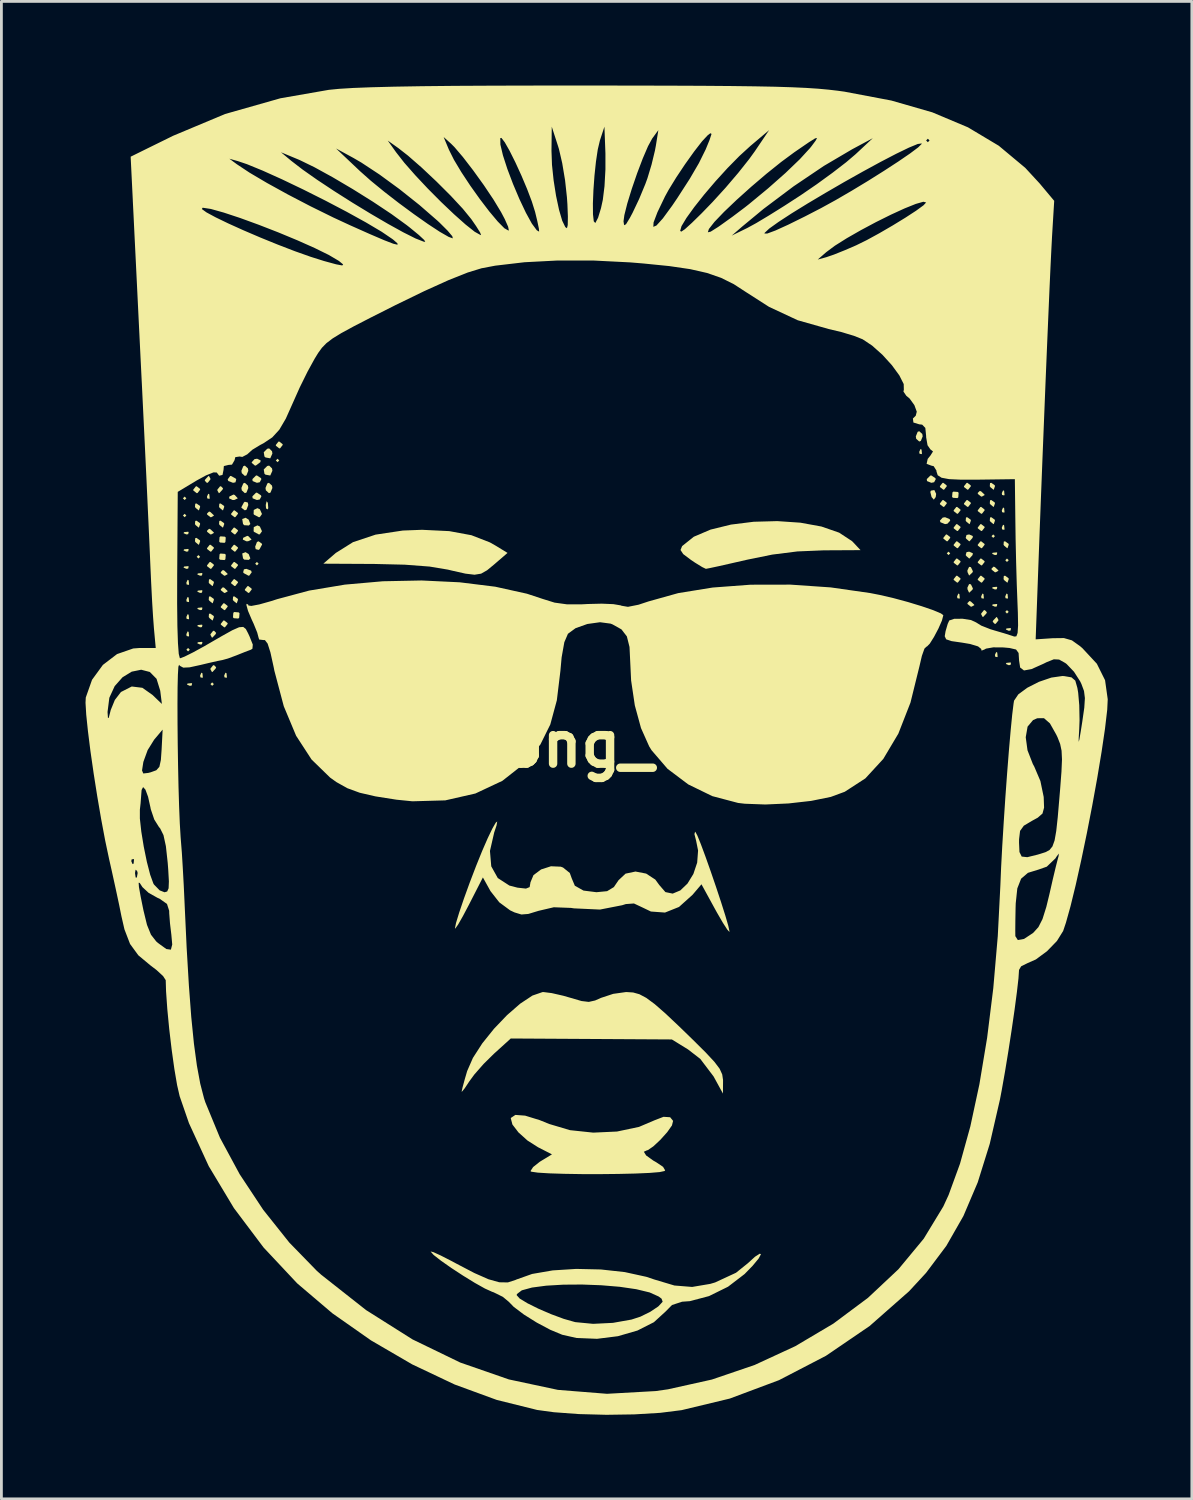
<source format=kicad_pcb>
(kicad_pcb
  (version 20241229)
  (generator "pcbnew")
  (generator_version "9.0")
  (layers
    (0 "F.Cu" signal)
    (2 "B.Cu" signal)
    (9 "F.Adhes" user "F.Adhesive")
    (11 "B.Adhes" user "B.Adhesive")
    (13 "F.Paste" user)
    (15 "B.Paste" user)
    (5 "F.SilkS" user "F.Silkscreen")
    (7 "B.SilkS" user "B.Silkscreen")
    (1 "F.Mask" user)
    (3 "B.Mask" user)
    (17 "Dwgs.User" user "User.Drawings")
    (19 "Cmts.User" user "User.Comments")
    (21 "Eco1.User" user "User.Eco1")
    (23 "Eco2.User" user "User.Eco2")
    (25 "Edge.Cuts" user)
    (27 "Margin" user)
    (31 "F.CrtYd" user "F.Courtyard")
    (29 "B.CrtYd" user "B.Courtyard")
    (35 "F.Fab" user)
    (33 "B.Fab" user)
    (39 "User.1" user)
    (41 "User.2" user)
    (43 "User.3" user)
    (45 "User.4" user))
  (footprint "KimKong_40x50"
    (layer "F.Cu")
    (at 18.198 23.494)
    (property "Reference" "KimKong_40x50" (at 0 0 0) (layer "F.SilkS") (effects (font (size 1.524 1.524) (thickness 0.3))))
    (attr through_hole)
    (fp_poly (pts (xy -14.602 -8.773) (xy -14.663 -8.712) (xy -14.725 -8.773) (xy -14.663 -8.835)) (stroke (width 0) (type solid)) (fill yes) (layer "F.SilkS"))
    (fp_poly (pts (xy -14.602 -8.16) (xy -14.663 -8.099) (xy -14.725 -8.16) (xy -14.663 -8.221)) (stroke (width 0) (type solid)) (fill yes) (layer "F.SilkS"))
    (fp_poly (pts (xy -14.479 -3.374) (xy -14.541 -3.313) (xy -14.602 -3.374) (xy -14.541 -3.436)) (stroke (width 0) (type solid)) (fill yes) (layer "F.SilkS"))
    (fp_poly (pts (xy -14.111 -6.687) (xy -14.172 -6.626) (xy -14.234 -6.687) (xy -14.172 -6.749)) (stroke (width 0) (type solid)) (fill yes) (layer "F.SilkS"))
    (fp_poly (pts (xy -13.62 -2.147) (xy -13.682 -2.086) (xy -13.743 -2.147) (xy -13.682 -2.209)) (stroke (width 0) (type solid)) (fill yes) (layer "F.SilkS"))
    (fp_poly (pts (xy -12.025 -6.442) (xy -12.086 -6.381) (xy -12.148 -6.442) (xy -12.086 -6.503)) (stroke (width 0) (type solid)) (fill yes) (layer "F.SilkS"))
    (fp_poly (pts (xy -11.289 -10.123) (xy -11.35 -10.062) (xy -11.412 -10.123) (xy -11.35 -10.185)) (stroke (width 0) (type solid)) (fill yes) (layer "F.SilkS"))
    (fp_poly (pts (xy 12.639 -6.81) (xy 12.577 -6.749) (xy 12.516 -6.81) (xy 12.577 -6.871)) (stroke (width 0) (type solid)) (fill yes) (layer "F.SilkS"))
    (fp_poly (pts (xy 14.234 -7.424) (xy 14.172 -7.362) (xy 14.111 -7.424) (xy 14.172 -7.485)) (stroke (width 0) (type solid)) (fill yes) (layer "F.SilkS"))
    (fp_poly (pts (xy 14.725 -6.565) (xy 14.663 -6.503) (xy 14.602 -6.565) (xy 14.663 -6.626)) (stroke (width 0) (type solid)) (fill yes) (layer "F.SilkS"))
    (fp_poly (pts (xy 14.725 -4.724) (xy 14.663 -4.663) (xy 14.602 -4.724) (xy 14.663 -4.786)) (stroke (width 0) (type solid)) (fill yes) (layer "F.SilkS"))
    (fp_poly (pts (xy -14.52 -7.567) (xy -14.537 -7.494) (xy -14.602 -7.485) (xy -14.703 -7.53) (xy -14.684 -7.567) (xy -14.538 -7.582)) (stroke (width 0) (type solid)) (fill yes) (layer "F.SilkS"))
    (fp_poly (pts (xy -14.52 -6.953) (xy -14.537 -6.88) (xy -14.602 -6.871) (xy -14.703 -6.916) (xy -14.684 -6.953) (xy -14.538 -6.968)) (stroke (width 0) (type solid)) (fill yes) (layer "F.SilkS"))
    (fp_poly (pts (xy -14.52 -6.34) (xy -14.537 -6.267) (xy -14.602 -6.258) (xy -14.703 -6.303) (xy -14.684 -6.34) (xy -14.538 -6.354)) (stroke (width 0) (type solid)) (fill yes) (layer "F.SilkS"))
    (fp_poly (pts (xy -14.52 -5.849) (xy -14.505 -5.703) (xy -14.52 -5.685) (xy -14.593 -5.702) (xy -14.602 -5.767) (xy -14.557 -5.868)) (stroke (width 0) (type solid)) (fill yes) (layer "F.SilkS"))
    (fp_poly (pts (xy -14.52 -5.235) (xy -14.505 -5.09) (xy -14.52 -5.072) (xy -14.593 -5.089) (xy -14.602 -5.154) (xy -14.557 -5.255)) (stroke (width 0) (type solid)) (fill yes) (layer "F.SilkS"))
    (fp_poly (pts (xy -14.52 -4.622) (xy -14.505 -4.476) (xy -14.52 -4.458) (xy -14.593 -4.475) (xy -14.602 -4.54) (xy -14.557 -4.641)) (stroke (width 0) (type solid)) (fill yes) (layer "F.SilkS"))
    (fp_poly (pts (xy -14.52 -4.008) (xy -14.505 -3.863) (xy -14.52 -3.845) (xy -14.593 -3.862) (xy -14.602 -3.927) (xy -14.557 -4.028)) (stroke (width 0) (type solid)) (fill yes) (layer "F.SilkS"))
    (fp_poly (pts (xy -14.397 -2.168) (xy -14.414 -2.095) (xy -14.479 -2.086) (xy -14.58 -2.131) (xy -14.561 -2.168) (xy -14.415 -2.182)) (stroke (width 0) (type solid)) (fill yes) (layer "F.SilkS"))
    (fp_poly (pts (xy -14.029 -6.094) (xy -14.046 -6.021) (xy -14.111 -6.013) (xy -14.212 -6.057) (xy -14.193 -6.094) (xy -14.047 -6.109)) (stroke (width 0) (type solid)) (fill yes) (layer "F.SilkS"))
    (fp_poly (pts (xy -14.029 -5.481) (xy -14.046 -5.408) (xy -14.111 -5.399) (xy -14.212 -5.444) (xy -14.193 -5.481) (xy -14.047 -5.496)) (stroke (width 0) (type solid)) (fill yes) (layer "F.SilkS"))
    (fp_poly (pts (xy -14.029 -4.867) (xy -14.046 -4.794) (xy -14.111 -4.786) (xy -14.212 -4.83) (xy -14.193 -4.867) (xy -14.047 -4.882)) (stroke (width 0) (type solid)) (fill yes) (layer "F.SilkS"))
    (fp_poly (pts (xy -14.029 -4.254) (xy -14.046 -4.181) (xy -14.111 -4.172) (xy -14.212 -4.217) (xy -14.193 -4.254) (xy -14.047 -4.268)) (stroke (width 0) (type solid)) (fill yes) (layer "F.SilkS"))
    (fp_poly (pts (xy -14.029 -3.64) (xy -14.046 -3.567) (xy -14.111 -3.558) (xy -14.212 -3.603) (xy -14.193 -3.64) (xy -14.047 -3.655)) (stroke (width 0) (type solid)) (fill yes) (layer "F.SilkS"))
    (fp_poly (pts (xy -14.029 -2.536) (xy -14.015 -2.39) (xy -14.029 -2.372) (xy -14.102 -2.389) (xy -14.111 -2.454) (xy -14.066 -2.555)) (stroke (width 0) (type solid)) (fill yes) (layer "F.SilkS"))
    (fp_poly (pts (xy -13.784 -8.917) (xy -13.769 -8.771) (xy -13.784 -8.753) (xy -13.857 -8.77) (xy -13.866 -8.835) (xy -13.821 -8.936)) (stroke (width 0) (type solid)) (fill yes) (layer "F.SilkS"))
    (fp_poly (pts (xy -13.17 -2.536) (xy -13.156 -2.39) (xy -13.17 -2.372) (xy -13.243 -2.389) (xy -13.252 -2.454) (xy -13.207 -2.555)) (stroke (width 0) (type solid)) (fill yes) (layer "F.SilkS"))
    (fp_poly (pts (xy -11.696 -8.612) (xy -11.681 -8.421) (xy -11.706 -8.377) (xy -11.761 -8.414) (xy -11.77 -8.538) (xy -11.74 -8.669)) (stroke (width 0) (type solid)) (fill yes) (layer "F.SilkS"))
    (fp_poly (pts (xy 11.616 -10.512) (xy 11.631 -10.366) (xy 11.616 -10.348) (xy 11.543 -10.365) (xy 11.534 -10.43) (xy 11.579 -10.531)) (stroke (width 0) (type solid)) (fill yes) (layer "F.SilkS"))
    (fp_poly (pts (xy 12.966 -5.358) (xy 12.981 -5.213) (xy 12.966 -5.195) (xy 12.893 -5.211) (xy 12.884 -5.276) (xy 12.929 -5.377)) (stroke (width 0) (type solid)) (fill yes) (layer "F.SilkS"))
    (fp_poly (pts (xy 13.825 -5.358) (xy 13.839 -5.213) (xy 13.825 -5.195) (xy 13.752 -5.211) (xy 13.743 -5.276) (xy 13.788 -5.377)) (stroke (width 0) (type solid)) (fill yes) (layer "F.SilkS"))
    (fp_poly (pts (xy 14.316 -6.831) (xy 14.299 -6.758) (xy 14.234 -6.749) (xy 14.133 -6.794) (xy 14.152 -6.831) (xy 14.298 -6.845)) (stroke (width 0) (type solid)) (fill yes) (layer "F.SilkS"))
    (fp_poly (pts (xy 14.316 -5.604) (xy 14.299 -5.531) (xy 14.234 -5.522) (xy 14.133 -5.567) (xy 14.152 -5.604) (xy 14.298 -5.618)) (stroke (width 0) (type solid)) (fill yes) (layer "F.SilkS"))
    (fp_poly (pts (xy 14.316 -4.99) (xy 14.299 -4.917) (xy 14.234 -4.908) (xy 14.133 -4.953) (xy 14.152 -4.99) (xy 14.298 -5.005)) (stroke (width 0) (type solid)) (fill yes) (layer "F.SilkS"))
    (fp_poly (pts (xy 14.316 -3.272) (xy 14.33 -3.127) (xy 14.316 -3.109) (xy 14.243 -3.125) (xy 14.234 -3.19) (xy 14.279 -3.291)) (stroke (width 0) (type solid)) (fill yes) (layer "F.SilkS"))
    (fp_poly (pts (xy 14.561 -9.039) (xy 14.576 -8.894) (xy 14.561 -8.876) (xy 14.488 -8.893) (xy 14.479 -8.957) (xy 14.524 -9.058)) (stroke (width 0) (type solid)) (fill yes) (layer "F.SilkS"))
    (fp_poly (pts (xy 14.561 -8.426) (xy 14.576 -8.28) (xy 14.561 -8.262) (xy 14.488 -8.279) (xy 14.479 -8.344) (xy 14.524 -8.445)) (stroke (width 0) (type solid)) (fill yes) (layer "F.SilkS"))
    (fp_poly (pts (xy 14.561 -7.812) (xy 14.576 -7.667) (xy 14.561 -7.649) (xy 14.488 -7.665) (xy 14.479 -7.73) (xy 14.524 -7.831)) (stroke (width 0) (type solid)) (fill yes) (layer "F.SilkS"))
    (fp_poly (pts (xy 14.684 -5.358) (xy 14.698 -5.213) (xy 14.684 -5.195) (xy 14.611 -5.211) (xy 14.602 -5.276) (xy 14.647 -5.377)) (stroke (width 0) (type solid)) (fill yes) (layer "F.SilkS"))
    (fp_poly (pts (xy 14.806 -4.131) (xy 14.79 -4.058) (xy 14.725 -4.049) (xy 14.624 -4.094) (xy 14.643 -4.131) (xy 14.788 -4.146)) (stroke (width 0) (type solid)) (fill yes) (layer "F.SilkS"))
    (fp_poly (pts (xy 14.806 -2.904) (xy 14.79 -2.831) (xy 14.725 -2.822) (xy 14.624 -2.867) (xy 14.643 -2.904) (xy 14.788 -2.919)) (stroke (width 0) (type solid)) (fill yes) (layer "F.SilkS"))
    (fp_poly (pts (xy -12.876 -8.891) (xy -12.767 -8.772) (xy -12.891 -8.714) (xy -12.953 -8.712) (xy -13.079 -8.772) (xy -13.067 -8.837) (xy -12.92 -8.908)) (stroke (width 0) (type solid)) (fill yes) (layer "F.SilkS"))
    (fp_poly (pts (xy -12.385 -7.418) (xy -12.276 -7.3) (xy -12.4 -7.242) (xy -12.462 -7.24) (xy -12.588 -7.3) (xy -12.576 -7.364) (xy -12.429 -7.435)) (stroke (width 0) (type solid)) (fill yes) (layer "F.SilkS"))
    (fp_poly (pts (xy -12.38 -8.012) (xy -12.32 -7.858) (xy -12.374 -7.804) (xy -12.54 -7.814) (xy -12.581 -7.859) (xy -12.61 -8.034) (xy -12.491 -8.08)) (stroke (width 0) (type solid)) (fill yes) (layer "F.SilkS"))
    (fp_poly (pts (xy -12.38 -6.785) (xy -12.32 -6.631) (xy -12.374 -6.577) (xy -12.54 -6.587) (xy -12.581 -6.632) (xy -12.61 -6.806) (xy -12.491 -6.853)) (stroke (width 0) (type solid)) (fill yes) (layer "F.SilkS"))
    (fp_poly (pts (xy 12.137 -8.932) (xy 12.122 -8.818) (xy 12.054 -8.725) (xy 11.974 -8.818) (xy 11.929 -8.999) (xy 11.951 -9.047) (xy 12.073 -9.068)) (stroke (width 0) (type solid)) (fill yes) (layer "F.SilkS"))
    (fp_poly (pts (xy 13.377 -6.318) (xy 13.448 -6.171) (xy 13.431 -6.127) (xy 13.313 -6.018) (xy 13.255 -6.142) (xy 13.252 -6.204) (xy 13.313 -6.33)) (stroke (width 0) (type solid)) (fill yes) (layer "F.SilkS"))
    (fp_poly (pts (xy 13.377 -5.705) (xy 13.448 -5.558) (xy 13.431 -5.513) (xy 13.313 -5.404) (xy 13.255 -5.528) (xy 13.252 -5.59) (xy 13.313 -5.717)) (stroke (width 0) (type solid)) (fill yes) (layer "F.SilkS"))
    (fp_poly (pts (xy -14.116 -8.5) (xy -14.111 -8.467) (xy -14.153 -8.347) (xy -14.165 -8.344) (xy -14.27 -8.43) (xy -14.295 -8.467) (xy -14.285 -8.58) (xy -14.241 -8.589)) (stroke (width 0) (type solid)) (fill yes) (layer "F.SilkS"))
    (fp_poly (pts (xy -14.116 -7.887) (xy -14.111 -7.853) (xy -14.153 -7.734) (xy -14.165 -7.73) (xy -14.27 -7.816) (xy -14.295 -7.853) (xy -14.285 -7.966) (xy -14.241 -7.976)) (stroke (width 0) (type solid)) (fill yes) (layer "F.SilkS"))
    (fp_poly (pts (xy -14.116 -7.273) (xy -14.111 -7.24) (xy -14.153 -7.12) (xy -14.165 -7.117) (xy -14.27 -7.203) (xy -14.295 -7.24) (xy -14.285 -7.353) (xy -14.241 -7.362)) (stroke (width 0) (type solid)) (fill yes) (layer "F.SilkS"))
    (fp_poly (pts (xy -14.115 -9.11) (xy -14.111 -9.08) (xy -14.204 -8.961) (xy -14.234 -8.957) (xy -14.353 -9.051) (xy -14.357 -9.08) (xy -14.263 -9.199) (xy -14.234 -9.203)) (stroke (width 0) (type solid)) (fill yes) (layer "F.SilkS"))
    (fp_poly (pts (xy -13.744 -9.476) (xy -13.743 -9.448) (xy -13.837 -9.33) (xy -13.873 -9.326) (xy -13.946 -9.401) (xy -13.927 -9.448) (xy -13.817 -9.565) (xy -13.797 -9.571)) (stroke (width 0) (type solid)) (fill yes) (layer "F.SilkS"))
    (fp_poly (pts (xy -13.743 -8.283) (xy -13.626 -8.172) (xy -13.62 -8.153) (xy -13.715 -8.1) (xy -13.743 -8.099) (xy -13.861 -8.193) (xy -13.866 -8.228) (xy -13.791 -8.302)) (stroke (width 0) (type solid)) (fill yes) (layer "F.SilkS"))
    (fp_poly (pts (xy -13.743 -7.669) (xy -13.626 -7.559) (xy -13.62 -7.539) (xy -13.715 -7.486) (xy -13.743 -7.485) (xy -13.861 -7.579) (xy -13.866 -7.615) (xy -13.791 -7.688)) (stroke (width 0) (type solid)) (fill yes) (layer "F.SilkS"))
    (fp_poly (pts (xy -13.625 -5.801) (xy -13.62 -5.767) (xy -13.662 -5.648) (xy -13.674 -5.644) (xy -13.779 -5.73) (xy -13.804 -5.767) (xy -13.795 -5.88) (xy -13.75 -5.89)) (stroke (width 0) (type solid)) (fill yes) (layer "F.SilkS"))
    (fp_poly (pts (xy -13.625 -5.187) (xy -13.62 -5.154) (xy -13.662 -5.034) (xy -13.674 -5.031) (xy -13.779 -5.117) (xy -13.804 -5.154) (xy -13.795 -5.267) (xy -13.75 -5.276)) (stroke (width 0) (type solid)) (fill yes) (layer "F.SilkS"))
    (fp_poly (pts (xy -13.625 -4.574) (xy -13.62 -4.54) (xy -13.662 -4.421) (xy -13.674 -4.417) (xy -13.779 -4.503) (xy -13.804 -4.54) (xy -13.795 -4.653) (xy -13.75 -4.663)) (stroke (width 0) (type solid)) (fill yes) (layer "F.SilkS"))
    (fp_poly (pts (xy -13.624 -7.024) (xy -13.62 -6.994) (xy -13.714 -6.875) (xy -13.743 -6.871) (xy -13.862 -6.965) (xy -13.866 -6.994) (xy -13.772 -7.113) (xy -13.743 -7.117)) (stroke (width 0) (type solid)) (fill yes) (layer "F.SilkS"))
    (fp_poly (pts (xy -13.624 -6.41) (xy -13.62 -6.381) (xy -13.714 -6.262) (xy -13.743 -6.258) (xy -13.862 -6.351) (xy -13.866 -6.381) (xy -13.772 -6.5) (xy -13.743 -6.503)) (stroke (width 0) (type solid)) (fill yes) (layer "F.SilkS"))
    (fp_poly (pts (xy -13.54 -3.974) (xy -13.559 -3.927) (xy -13.669 -3.81) (xy -13.689 -3.804) (xy -13.742 -3.899) (xy -13.743 -3.927) (xy -13.649 -4.045) (xy -13.613 -4.049)) (stroke (width 0) (type solid)) (fill yes) (layer "F.SilkS"))
    (fp_poly (pts (xy -13.54 -2.747) (xy -13.559 -2.7) (xy -13.669 -2.582) (xy -13.689 -2.577) (xy -13.742 -2.672) (xy -13.743 -2.7) (xy -13.649 -2.818) (xy -13.613 -2.822)) (stroke (width 0) (type solid)) (fill yes) (layer "F.SilkS"))
    (fp_poly (pts (xy -13.294 -9.128) (xy -13.314 -9.08) (xy -13.424 -8.963) (xy -13.443 -8.957) (xy -13.496 -9.052) (xy -13.498 -9.08) (xy -13.403 -9.198) (xy -13.368 -9.203)) (stroke (width 0) (type solid)) (fill yes) (layer "F.SilkS"))
    (fp_poly (pts (xy -13.257 -8.5) (xy -13.252 -8.467) (xy -13.294 -8.347) (xy -13.306 -8.344) (xy -13.411 -8.43) (xy -13.436 -8.467) (xy -13.427 -8.58) (xy -13.382 -8.589)) (stroke (width 0) (type solid)) (fill yes) (layer "F.SilkS"))
    (fp_poly (pts (xy -13.257 -7.887) (xy -13.252 -7.853) (xy -13.294 -7.734) (xy -13.306 -7.73) (xy -13.411 -7.816) (xy -13.436 -7.853) (xy -13.427 -7.966) (xy -13.382 -7.976)) (stroke (width 0) (type solid)) (fill yes) (layer "F.SilkS"))
    (fp_poly (pts (xy -13.252 -6.197) (xy -13.135 -6.086) (xy -13.129 -6.067) (xy -13.224 -6.014) (xy -13.252 -6.013) (xy -13.37 -6.107) (xy -13.375 -6.143) (xy -13.3 -6.216)) (stroke (width 0) (type solid)) (fill yes) (layer "F.SilkS"))
    (fp_poly (pts (xy -13.252 -5.583) (xy -13.135 -5.473) (xy -13.129 -5.453) (xy -13.224 -5.4) (xy -13.252 -5.399) (xy -13.37 -5.493) (xy -13.375 -5.529) (xy -13.3 -5.602)) (stroke (width 0) (type solid)) (fill yes) (layer "F.SilkS"))
    (fp_poly (pts (xy -13.225 -7.405) (xy -13.197 -7.373) (xy -13.21 -7.212) (xy -13.242 -7.185) (xy -13.402 -7.197) (xy -13.43 -7.229) (xy -13.418 -7.39) (xy -13.385 -7.417)) (stroke (width 0) (type solid)) (fill yes) (layer "F.SilkS"))
    (fp_poly (pts (xy -13.225 -6.791) (xy -13.197 -6.759) (xy -13.21 -6.599) (xy -13.242 -6.571) (xy -13.402 -6.583) (xy -13.43 -6.616) (xy -13.418 -6.776) (xy -13.385 -6.804)) (stroke (width 0) (type solid)) (fill yes) (layer "F.SilkS"))
    (fp_poly (pts (xy -13.133 -4.938) (xy -13.129 -4.908) (xy -13.223 -4.789) (xy -13.252 -4.786) (xy -13.371 -4.879) (xy -13.375 -4.908) (xy -13.282 -5.027) (xy -13.252 -5.031)) (stroke (width 0) (type solid)) (fill yes) (layer "F.SilkS"))
    (fp_poly (pts (xy -13.133 -4.324) (xy -13.129 -4.295) (xy -13.223 -4.176) (xy -13.252 -4.172) (xy -13.371 -4.265) (xy -13.375 -4.295) (xy -13.282 -4.414) (xy -13.252 -4.417)) (stroke (width 0) (type solid)) (fill yes) (layer "F.SilkS"))
    (fp_poly (pts (xy -12.848 -9.482) (xy -12.823 -9.448) (xy -12.851 -9.343) (xy -12.938 -9.326) (xy -13.106 -9.39) (xy -13.129 -9.448) (xy -13.041 -9.568) (xy -13.014 -9.571)) (stroke (width 0) (type solid)) (fill yes) (layer "F.SilkS"))
    (fp_poly (pts (xy -12.766 -5.187) (xy -12.761 -5.154) (xy -12.803 -5.034) (xy -12.815 -5.031) (xy -12.92 -5.117) (xy -12.945 -5.154) (xy -12.936 -5.267) (xy -12.891 -5.276)) (stroke (width 0) (type solid)) (fill yes) (layer "F.SilkS"))
    (fp_poly (pts (xy -12.765 -8.251) (xy -12.761 -8.221) (xy -12.855 -8.102) (xy -12.884 -8.099) (xy -13.003 -8.192) (xy -13.007 -8.221) (xy -12.913 -8.34) (xy -12.884 -8.344)) (stroke (width 0) (type solid)) (fill yes) (layer "F.SilkS"))
    (fp_poly (pts (xy -12.765 -7.637) (xy -12.761 -7.608) (xy -12.855 -7.489) (xy -12.884 -7.485) (xy -13.003 -7.578) (xy -13.007 -7.608) (xy -12.913 -7.727) (xy -12.884 -7.73)) (stroke (width 0) (type solid)) (fill yes) (layer "F.SilkS"))
    (fp_poly (pts (xy -12.765 -7.024) (xy -12.761 -6.994) (xy -12.855 -6.875) (xy -12.884 -6.871) (xy -13.003 -6.965) (xy -13.007 -6.994) (xy -12.913 -7.113) (xy -12.884 -7.117)) (stroke (width 0) (type solid)) (fill yes) (layer "F.SilkS"))
    (fp_poly (pts (xy -12.765 -6.41) (xy -12.761 -6.381) (xy -12.855 -6.262) (xy -12.884 -6.258) (xy -13.003 -6.351) (xy -13.007 -6.381) (xy -12.913 -6.5) (xy -12.884 -6.503)) (stroke (width 0) (type solid)) (fill yes) (layer "F.SilkS"))
    (fp_poly (pts (xy -12.765 -5.796) (xy -12.761 -5.767) (xy -12.855 -5.648) (xy -12.884 -5.644) (xy -13.003 -5.738) (xy -13.007 -5.767) (xy -12.913 -5.886) (xy -12.884 -5.89)) (stroke (width 0) (type solid)) (fill yes) (layer "F.SilkS"))
    (fp_poly (pts (xy -12.734 -4.705) (xy -12.706 -4.673) (xy -12.719 -4.513) (xy -12.751 -4.485) (xy -12.911 -4.497) (xy -12.939 -4.53) (xy -12.927 -4.69) (xy -12.895 -4.718)) (stroke (width 0) (type solid)) (fill yes) (layer "F.SilkS"))
    (fp_poly (pts (xy -12.411 -8.623) (xy -12.393 -8.535) (xy -12.457 -8.367) (xy -12.516 -8.344) (xy -12.635 -8.432) (xy -12.639 -8.459) (xy -12.549 -8.626) (xy -12.516 -8.651)) (stroke (width 0) (type solid)) (fill yes) (layer "F.SilkS"))
    (fp_poly (pts (xy -12.407 -9.84) (xy -12.393 -9.755) (xy -12.459 -9.592) (xy -12.516 -9.571) (xy -12.625 -9.67) (xy -12.639 -9.755) (xy -12.572 -9.918) (xy -12.516 -9.939)) (stroke (width 0) (type solid)) (fill yes) (layer "F.SilkS"))
    (fp_poly (pts (xy -12.407 -9.226) (xy -12.393 -9.142) (xy -12.459 -8.978) (xy -12.516 -8.957) (xy -12.625 -9.057) (xy -12.639 -9.142) (xy -12.572 -9.305) (xy -12.516 -9.326)) (stroke (width 0) (type solid)) (fill yes) (layer "F.SilkS"))
    (fp_poly (pts (xy -12.294 -6.194) (xy -12.271 -6.135) (xy -12.359 -6.016) (xy -12.386 -6.013) (xy -12.552 -6.102) (xy -12.577 -6.135) (xy -12.549 -6.24) (xy -12.462 -6.258)) (stroke (width 0) (type solid)) (fill yes) (layer "F.SilkS"))
    (fp_poly (pts (xy -12.274 -5.551) (xy -12.271 -5.522) (xy -12.364 -5.403) (xy -12.393 -5.399) (xy -12.512 -5.492) (xy -12.516 -5.522) (xy -12.423 -5.641) (xy -12.393 -5.644)) (stroke (width 0) (type solid)) (fill yes) (layer "F.SilkS"))
    (fp_poly (pts (xy -11.981 -8.382) (xy -11.905 -8.213) (xy -11.983 -8.103) (xy -12.018 -8.099) (xy -12.185 -8.187) (xy -12.204 -8.213) (xy -12.198 -8.358) (xy -12.068 -8.422)) (stroke (width 0) (type solid)) (fill yes) (layer "F.SilkS"))
    (fp_poly (pts (xy -11.981 -7.768) (xy -11.905 -7.599) (xy -11.983 -7.489) (xy -12.018 -7.485) (xy -12.185 -7.574) (xy -12.204 -7.599) (xy -12.198 -7.745) (xy -12.068 -7.808)) (stroke (width 0) (type solid)) (fill yes) (layer "F.SilkS"))
    (fp_poly (pts (xy -11.952 -10.125) (xy -11.964 -10.062) (xy -12.121 -9.944) (xy -12.155 -9.939) (xy -12.267 -10.033) (xy -12.271 -10.062) (xy -12.171 -10.17) (xy -12.079 -10.185)) (stroke (width 0) (type solid)) (fill yes) (layer "F.SilkS"))
    (fp_poly (pts (xy -11.943 -9.494) (xy -11.926 -9.458) (xy -11.985 -9.346) (xy -12.086 -9.326) (xy -12.239 -9.388) (xy -12.247 -9.458) (xy -12.12 -9.584) (xy -12.086 -9.589)) (stroke (width 0) (type solid)) (fill yes) (layer "F.SilkS"))
    (fp_poly (pts (xy -11.943 -8.88) (xy -11.926 -8.844) (xy -11.985 -8.732) (xy -12.086 -8.712) (xy -12.239 -8.774) (xy -12.247 -8.844) (xy -12.12 -8.971) (xy -12.086 -8.976)) (stroke (width 0) (type solid)) (fill yes) (layer "F.SilkS"))
    (fp_poly (pts (xy -11.906 -7.152) (xy -11.902 -7.124) (xy -11.992 -6.958) (xy -12.025 -6.933) (xy -12.13 -6.961) (xy -12.148 -7.048) (xy -12.084 -7.216) (xy -12.025 -7.24)) (stroke (width 0) (type solid)) (fill yes) (layer "F.SilkS"))
    (fp_poly (pts (xy -11.548 -9.226) (xy -11.534 -9.142) (xy -11.601 -8.978) (xy -11.657 -8.957) (xy -11.766 -9.057) (xy -11.78 -9.142) (xy -11.713 -9.305) (xy -11.657 -9.326)) (stroke (width 0) (type solid)) (fill yes) (layer "F.SilkS"))
    (fp_poly (pts (xy -11.547 -10.453) (xy -11.534 -10.369) (xy -11.61 -10.199) (xy -11.779 -10.23) (xy -11.817 -10.263) (xy -11.842 -10.416) (xy -11.718 -10.54) (xy -11.65 -10.553)) (stroke (width 0) (type solid)) (fill yes) (layer "F.SilkS"))
    (fp_poly (pts (xy -11.547 -9.84) (xy -11.534 -9.755) (xy -11.61 -9.586) (xy -11.779 -9.616) (xy -11.817 -9.649) (xy -11.842 -9.802) (xy -11.718 -9.926) (xy -11.65 -9.939)) (stroke (width 0) (type solid)) (fill yes) (layer "F.SilkS"))
    (fp_poly (pts (xy -11.17 -10.705) (xy -11.166 -10.675) (xy -11.26 -10.556) (xy -11.289 -10.553) (xy -11.408 -10.646) (xy -11.412 -10.675) (xy -11.318 -10.795) (xy -11.289 -10.798)) (stroke (width 0) (type solid)) (fill yes) (layer "F.SilkS"))
    (fp_poly (pts (xy 11.643 -11.067) (xy 11.657 -10.982) (xy 11.591 -10.819) (xy 11.534 -10.798) (xy 11.425 -10.897) (xy 11.412 -10.982) (xy 11.478 -11.145) (xy 11.534 -11.166)) (stroke (width 0) (type solid)) (fill yes) (layer "F.SilkS"))
    (fp_poly (pts (xy 12.108 -9.494) (xy 12.124 -9.458) (xy 12.065 -9.346) (xy 11.964 -9.326) (xy 11.811 -9.388) (xy 11.803 -9.458) (xy 11.93 -9.584) (xy 11.964 -9.589)) (stroke (width 0) (type solid)) (fill yes) (layer "F.SilkS"))
    (fp_poly (pts (xy 12.512 -9.232) (xy 12.516 -9.203) (xy 12.423 -9.084) (xy 12.393 -9.08) (xy 12.274 -9.174) (xy 12.271 -9.203) (xy 12.364 -9.322) (xy 12.393 -9.326)) (stroke (width 0) (type solid)) (fill yes) (layer "F.SilkS"))
    (fp_poly (pts (xy 12.512 -8.619) (xy 12.516 -8.589) (xy 12.423 -8.47) (xy 12.393 -8.467) (xy 12.274 -8.56) (xy 12.271 -8.589) (xy 12.364 -8.709) (xy 12.393 -8.712)) (stroke (width 0) (type solid)) (fill yes) (layer "F.SilkS"))
    (fp_poly (pts (xy 12.618 -8.032) (xy 12.639 -7.976) (xy 12.539 -7.867) (xy 12.455 -7.853) (xy 12.291 -7.919) (xy 12.271 -7.976) (xy 12.37 -8.085) (xy 12.455 -8.099)) (stroke (width 0) (type solid)) (fill yes) (layer "F.SilkS"))
    (fp_poly (pts (xy 12.635 -7.392) (xy 12.639 -7.362) (xy 12.545 -7.243) (xy 12.516 -7.24) (xy 12.397 -7.333) (xy 12.393 -7.362) (xy 12.487 -7.481) (xy 12.516 -7.485)) (stroke (width 0) (type solid)) (fill yes) (layer "F.SilkS"))
    (fp_poly (pts (xy 12.911 -9) (xy 12.939 -8.968) (xy 12.927 -8.808) (xy 12.895 -8.78) (xy 12.734 -8.792) (xy 12.706 -8.824) (xy 12.719 -8.985) (xy 12.751 -9.012)) (stroke (width 0) (type solid)) (fill yes) (layer "F.SilkS"))
    (fp_poly (pts (xy 13.003 -8.373) (xy 13.007 -8.344) (xy 12.913 -8.225) (xy 12.884 -8.221) (xy 12.765 -8.315) (xy 12.761 -8.344) (xy 12.855 -8.463) (xy 12.884 -8.467)) (stroke (width 0) (type solid)) (fill yes) (layer "F.SilkS"))
    (fp_poly (pts (xy 13.003 -7.76) (xy 13.007 -7.73) (xy 12.913 -7.611) (xy 12.884 -7.608) (xy 12.765 -7.701) (xy 12.761 -7.73) (xy 12.855 -7.85) (xy 12.884 -7.853)) (stroke (width 0) (type solid)) (fill yes) (layer "F.SilkS"))
    (fp_poly (pts (xy 13.003 -7.146) (xy 13.007 -7.117) (xy 12.913 -6.998) (xy 12.884 -6.994) (xy 12.765 -7.088) (xy 12.761 -7.117) (xy 12.855 -7.236) (xy 12.884 -7.24)) (stroke (width 0) (type solid)) (fill yes) (layer "F.SilkS"))
    (fp_poly (pts (xy 13.003 -6.533) (xy 13.007 -6.503) (xy 12.913 -6.384) (xy 12.884 -6.381) (xy 12.765 -6.474) (xy 12.761 -6.503) (xy 12.855 -6.623) (xy 12.884 -6.626)) (stroke (width 0) (type solid)) (fill yes) (layer "F.SilkS"))
    (fp_poly (pts (xy 13.003 -5.919) (xy 13.007 -5.89) (xy 12.913 -5.771) (xy 12.884 -5.767) (xy 12.765 -5.861) (xy 12.761 -5.89) (xy 12.855 -6.009) (xy 12.884 -6.013)) (stroke (width 0) (type solid)) (fill yes) (layer "F.SilkS"))
    (fp_poly (pts (xy 13.37 -8.009) (xy 13.375 -7.976) (xy 13.333 -7.856) (xy 13.321 -7.853) (xy 13.216 -7.939) (xy 13.191 -7.976) (xy 13.201 -8.089) (xy 13.245 -8.099)) (stroke (width 0) (type solid)) (fill yes) (layer "F.SilkS"))
    (fp_poly (pts (xy 13.371 -9.232) (xy 13.375 -9.203) (xy 13.282 -9.084) (xy 13.252 -9.08) (xy 13.133 -9.174) (xy 13.129 -9.203) (xy 13.223 -9.322) (xy 13.252 -9.326)) (stroke (width 0) (type solid)) (fill yes) (layer "F.SilkS"))
    (fp_poly (pts (xy 13.371 -8.619) (xy 13.375 -8.589) (xy 13.282 -8.47) (xy 13.252 -8.467) (xy 13.133 -8.56) (xy 13.129 -8.589) (xy 13.223 -8.709) (xy 13.252 -8.712)) (stroke (width 0) (type solid)) (fill yes) (layer "F.SilkS"))
    (fp_poly (pts (xy 13.375 -5.092) (xy 13.492 -4.982) (xy 13.498 -4.962) (xy 13.403 -4.91) (xy 13.375 -4.908) (xy 13.257 -5.003) (xy 13.252 -5.038) (xy 13.327 -5.111)) (stroke (width 0) (type solid)) (fill yes) (layer "F.SilkS"))
    (fp_poly (pts (xy 13.446 -7.427) (xy 13.436 -7.362) (xy 13.331 -7.245) (xy 13.314 -7.24) (xy 13.216 -7.325) (xy 13.191 -7.362) (xy 13.22 -7.466) (xy 13.314 -7.485)) (stroke (width 0) (type solid)) (fill yes) (layer "F.SilkS"))
    (fp_poly (pts (xy 13.446 -6.814) (xy 13.436 -6.749) (xy 13.331 -6.632) (xy 13.314 -6.626) (xy 13.216 -6.712) (xy 13.191 -6.749) (xy 13.22 -6.853) (xy 13.314 -6.871)) (stroke (width 0) (type solid)) (fill yes) (layer "F.SilkS"))
    (fp_poly (pts (xy 13.743 -9.019) (xy 13.86 -8.909) (xy 13.866 -8.889) (xy 13.771 -8.836) (xy 13.743 -8.835) (xy 13.625 -8.929) (xy 13.62 -8.965) (xy 13.695 -9.038)) (stroke (width 0) (type solid)) (fill yes) (layer "F.SilkS"))
    (fp_poly (pts (xy 13.862 -8.373) (xy 13.866 -8.344) (xy 13.772 -8.225) (xy 13.743 -8.221) (xy 13.624 -8.315) (xy 13.62 -8.344) (xy 13.714 -8.463) (xy 13.743 -8.467)) (stroke (width 0) (type solid)) (fill yes) (layer "F.SilkS"))
    (fp_poly (pts (xy 13.862 -7.76) (xy 13.866 -7.73) (xy 13.772 -7.611) (xy 13.743 -7.608) (xy 13.624 -7.701) (xy 13.62 -7.73) (xy 13.714 -7.85) (xy 13.743 -7.853)) (stroke (width 0) (type solid)) (fill yes) (layer "F.SilkS"))
    (fp_poly (pts (xy 13.862 -7.146) (xy 13.866 -7.117) (xy 13.772 -6.998) (xy 13.743 -6.994) (xy 13.624 -7.088) (xy 13.62 -7.117) (xy 13.714 -7.236) (xy 13.743 -7.24)) (stroke (width 0) (type solid)) (fill yes) (layer "F.SilkS"))
    (fp_poly (pts (xy 13.862 -6.533) (xy 13.866 -6.503) (xy 13.772 -6.384) (xy 13.743 -6.381) (xy 13.624 -6.474) (xy 13.62 -6.503) (xy 13.714 -6.623) (xy 13.743 -6.626)) (stroke (width 0) (type solid)) (fill yes) (layer "F.SilkS"))
    (fp_poly (pts (xy 13.862 -5.919) (xy 13.866 -5.89) (xy 13.772 -5.771) (xy 13.743 -5.767) (xy 13.624 -5.861) (xy 13.62 -5.89) (xy 13.714 -6.009) (xy 13.743 -6.013)) (stroke (width 0) (type solid)) (fill yes) (layer "F.SilkS"))
    (fp_poly (pts (xy 13.946 -4.71) (xy 13.927 -4.663) (xy 13.817 -4.546) (xy 13.797 -4.54) (xy 13.744 -4.635) (xy 13.743 -4.663) (xy 13.837 -4.781) (xy 13.873 -4.786)) (stroke (width 0) (type solid)) (fill yes) (layer "F.SilkS"))
    (fp_poly (pts (xy 14.229 -9.237) (xy 14.234 -9.203) (xy 14.192 -9.083) (xy 14.18 -9.08) (xy 14.075 -9.166) (xy 14.05 -9.203) (xy 14.059 -9.316) (xy 14.104 -9.326)) (stroke (width 0) (type solid)) (fill yes) (layer "F.SilkS"))
    (fp_poly (pts (xy 14.229 -8.623) (xy 14.234 -8.589) (xy 14.192 -8.47) (xy 14.18 -8.467) (xy 14.075 -8.553) (xy 14.05 -8.589) (xy 14.059 -8.702) (xy 14.104 -8.712)) (stroke (width 0) (type solid)) (fill yes) (layer "F.SilkS"))
    (fp_poly (pts (xy 14.229 -8.009) (xy 14.234 -7.976) (xy 14.192 -7.856) (xy 14.18 -7.853) (xy 14.075 -7.939) (xy 14.05 -7.976) (xy 14.059 -8.089) (xy 14.104 -8.099)) (stroke (width 0) (type solid)) (fill yes) (layer "F.SilkS"))
    (fp_poly (pts (xy 14.234 -6.319) (xy 14.351 -6.209) (xy 14.357 -6.189) (xy 14.262 -6.137) (xy 14.234 -6.135) (xy 14.116 -6.23) (xy 14.111 -6.265) (xy 14.186 -6.338)) (stroke (width 0) (type solid)) (fill yes) (layer "F.SilkS"))
    (fp_poly (pts (xy 14.355 -4.445) (xy 14.357 -4.417) (xy 14.262 -4.299) (xy 14.227 -4.295) (xy 14.153 -4.37) (xy 14.172 -4.417) (xy 14.283 -4.534) (xy 14.302 -4.54)) (stroke (width 0) (type solid)) (fill yes) (layer "F.SilkS"))
    (fp_poly (pts (xy 14.72 -7.151) (xy 14.725 -7.117) (xy 14.683 -6.997) (xy 14.671 -6.994) (xy 14.566 -7.08) (xy 14.541 -7.117) (xy 14.55 -7.23) (xy 14.595 -7.24)) (stroke (width 0) (type solid)) (fill yes) (layer "F.SilkS"))
    (fp_poly (pts (xy 14.72 -5.923) (xy 14.725 -5.89) (xy 14.683 -5.77) (xy 14.671 -5.767) (xy 14.566 -5.853) (xy 14.541 -5.89) (xy 14.55 -6.003) (xy 14.595 -6.013)) (stroke (width 0) (type solid)) (fill yes) (layer "F.SilkS"))
    (fp_poly (pts (xy -5.226 -7.603) (xy -4.436 -7.457) (xy -3.777 -7.201) (xy -3.569 -7.083) (xy -3.149 -6.826) (xy -3.62 -6.419) (xy -3.877 -6.207) (xy -4.09 -6.086) (xy -4.326 -6.048) (xy -4.65 -6.087) (xy -5.13 -6.195) (xy -5.276 -6.23) (xy -5.928 -6.339) (xy -6.813 -6.406) (xy -7.895 -6.432) (xy -9.717 -6.442) (xy -9.273 -6.825) (xy -8.66 -7.209) (xy -7.853 -7.478) (xy -6.882 -7.624) (xy -6.197 -7.65)) (stroke (width 0) (type solid)) (fill yes) (layer "F.SilkS"))
    (fp_poly (pts (xy 7.295 -7.904) (xy 8.047 -7.767) (xy 8.678 -7.548) (xy 9.137 -7.246) (xy 9.175 -7.208) (xy 9.44 -6.925) (xy 8.125 -6.918) (xy 7.191 -6.879) (xy 6.293 -6.766) (xy 5.4 -6.584) (xy 4.843 -6.457) (xy 4.379 -6.352) (xy 4.056 -6.283) (xy 3.925 -6.258) (xy 3.794 -6.321) (xy 3.536 -6.48) (xy 3.396 -6.574) (xy 3.117 -6.784) (xy 3.021 -6.93) (xy 3.076 -7.065) (xy 3.082 -7.073) (xy 3.495 -7.403) (xy 4.091 -7.657) (xy 4.82 -7.836) (xy 5.631 -7.937) (xy 6.473 -7.96)) (stroke (width 0) (type solid)) (fill yes) (layer "F.SilkS"))
    (fp_poly (pts (xy -2.521 13.242) (xy -2.004 13.401) (xy -1.657 13.541) (xy -0.922 13.76) (xy -0.091 13.848) (xy 0.756 13.809) (xy 1.539 13.644) (xy 2.103 13.404) (xy 2.415 13.284) (xy 2.651 13.299) (xy 2.756 13.429) (xy 2.715 13.592) (xy 2.546 13.832) (xy 2.302 14.104) (xy 2.05 14.339) (xy 1.859 14.47) (xy 1.824 14.479) (xy 1.713 14.53) (xy 1.795 14.662) (xy 2.047 14.843) (xy 2.151 14.902) (xy 2.398 15.068) (xy 2.472 15.192) (xy 2.452 15.217) (xy 2.276 15.255) (xy 1.913 15.285) (xy 1.408 15.307) (xy 0.806 15.321) (xy 0.153 15.328) (xy -0.506 15.327) (xy -1.126 15.317) (xy -1.661 15.3) (xy -2.066 15.275) (xy -2.296 15.242) (xy -2.331 15.221) (xy -2.236 15.076) (xy -2.001 14.889) (xy -1.948 14.856) (xy -1.564 14.623) (xy -2.059 14.37) (xy -2.436 14.13) (xy -2.758 13.841) (xy -2.974 13.559) (xy -3.032 13.338) (xy -3.028 13.323) (xy -2.868 13.216)) (stroke (width 0) (type solid)) (fill yes) (layer "F.SilkS"))
    (fp_poly (pts (xy 1.331 8.85) (xy 1.554 8.912) (xy 1.799 9.042) (xy 2.098 9.263) (xy 2.481 9.597) (xy 2.98 10.068) (xy 3.466 10.54) (xy 3.925 10.996) (xy 4.232 11.326) (xy 4.417 11.572) (xy 4.508 11.773) (xy 4.537 11.97) (xy 4.537 12.023) (xy 4.534 12.455) (xy 4.2 11.845) (xy 3.726 11.219) (xy 3.289 10.881) (xy 2.712 10.525) (xy -3.033 10.491) (xy -3.633 11.035) (xy -4.001 11.398) (xy -4.332 11.775) (xy -4.509 12.017) (xy -4.676 12.268) (xy -4.774 12.387) (xy -4.785 12.385) (xy -4.753 12.238) (xy -4.67 11.932) (xy -4.588 11.652) (xy -4.383 11.183) (xy -4.05 10.666) (xy -3.63 10.143) (xy -3.164 9.656) (xy -2.694 9.247) (xy -2.26 8.96) (xy -1.904 8.837) (xy -1.865 8.835) (xy -1.573 8.872) (xy -1.162 8.966) (xy -0.9 9.041) (xy -0.509 9.155) (xy -0.251 9.186) (xy -0.024 9.135) (xy 0.189 9.041) (xy 0.62 8.899) (xy 1.075 8.835) (xy 1.099 8.835)) (stroke (width 0) (type solid)) (fill yes) (layer "F.SilkS"))
    (fp_poly (pts (xy -5.791 18.111) (xy -5.528 18.231) (xy -5.151 18.424) (xy -5 18.505) (xy -4.333 18.854) (xy -3.828 19.077) (xy -3.443 19.185) (xy -3.136 19.19) (xy -2.865 19.102) (xy -2.836 19.088) (xy -2.272 18.888) (xy -1.538 18.761) (xy -0.699 18.708) (xy 0.18 18.728) (xy 1.035 18.822) (xy 1.801 18.99) (xy 2.088 19.086) (xy 2.804 19.3) (xy 3.436 19.351) (xy 4.081 19.242) (xy 4.254 19.191) (xy 5 18.845) (xy 5.424 18.504) (xy 5.678 18.273) (xy 5.847 18.165) (xy 5.89 18.183) (xy 5.807 18.337) (xy 5.591 18.598) (xy 5.306 18.891) (xy 4.716 19.343) (xy 4.036 19.678) (xy 3.354 19.858) (xy 3.077 19.878) (xy 2.718 19.995) (xy 2.484 20.232) (xy 2.071 20.609) (xy 1.485 20.906) (xy 0.788 21.108) (xy 0.043 21.201) (xy -0.688 21.171) (xy -1.196 21.057) (xy -1.624 20.879) (xy -2.105 20.623) (xy -2.565 20.335) (xy -2.929 20.06) (xy -3.102 19.882) (xy -3.315 19.705) (xy -3.436 19.645) (xy -2.822 19.645) (xy -2.716 19.764) (xy -2.436 19.934) (xy -2.041 20.13) (xy -1.59 20.324) (xy -1.142 20.49) (xy -0.755 20.6) (xy -0.723 20.607) (xy -0.096 20.667) (xy 0.61 20.632) (xy 1.271 20.515) (xy 1.591 20.411) (xy 1.94 20.239) (xy 2.218 20.053) (xy 2.235 20.039) (xy 2.384 19.879) (xy 2.345 19.77) (xy 2.239 19.691) (xy 1.919 19.547) (xy 1.443 19.432) (xy 0.854 19.346) (xy 0.195 19.291) (xy -0.49 19.265) (xy -1.159 19.27) (xy -1.769 19.306) (xy -2.277 19.373) (xy -2.639 19.472) (xy -2.813 19.603) (xy -2.822 19.645) (xy -3.436 19.645) (xy -3.643 19.543) (xy -3.701 19.523) (xy -3.955 19.408) (xy -4.317 19.205) (xy -4.733 18.949) (xy -5.152 18.675) (xy -5.52 18.417) (xy -5.783 18.211) (xy -5.89 18.09) (xy -5.89 18.087)) (stroke (width 0) (type solid)) (fill yes) (layer "F.SilkS"))
    (fp_poly (pts (xy -3.54 2.892) (xy -3.624 3.144) (xy -3.775 3.803) (xy -3.729 4.351) (xy -3.496 4.769) (xy -3.082 5.037) (xy -2.792 5.112) (xy -2.491 5.145) (xy -2.36 5.092) (xy -2.331 4.927) (xy -2.331 4.922) (xy -2.223 4.665) (xy -1.951 4.462) (xy -1.599 4.349) (xy -1.249 4.364) (xy -1.169 4.394) (xy -0.928 4.588) (xy -0.859 4.779) (xy -0.748 5.043) (xy -0.439 5.216) (xy 0.023 5.274) (xy 0.403 5.237) (xy 0.643 5.092) (xy 0.81 4.847) (xy 1.061 4.612) (xy 1.415 4.537) (xy 1.795 4.61) (xy 2.122 4.824) (xy 2.263 5.017) (xy 2.482 5.27) (xy 2.742 5.324) (xy 3.014 5.21) (xy 3.269 4.966) (xy 3.479 4.624) (xy 3.615 4.219) (xy 3.647 3.787) (xy 3.577 3.438) (xy 3.517 3.202) (xy 3.54 3.119) (xy 3.551 3.124) (xy 3.622 3.255) (xy 3.748 3.566) (xy 3.912 4.008) (xy 4.098 4.533) (xy 4.289 5.091) (xy 4.468 5.632) (xy 4.619 6.109) (xy 4.724 6.47) (xy 4.766 6.668) (xy 4.764 6.689) (xy 4.69 6.61) (xy 4.53 6.362) (xy 4.317 5.994) (xy 4.244 5.862) (xy 3.768 4.992) (xy 3.449 5.367) (xy 2.967 5.8) (xy 2.467 6) (xy 1.965 5.963) (xy 1.642 5.808) (xy 1.36 5.676) (xy 1.071 5.697) (xy 0.941 5.738) (xy 0.148 5.893) (xy -0.78 5.85) (xy -0.885 5.834) (xy -1.498 5.811) (xy -2.041 5.938) (xy -2.406 6.049) (xy -2.654 6.069) (xy -2.898 5.995) (xy -3.057 5.92) (xy -3.443 5.635) (xy -3.756 5.235) (xy -3.761 5.226) (xy -4.027 4.747) (xy -4.523 5.717) (xy -4.741 6.13) (xy -4.911 6.428) (xy -5.01 6.567) (xy -5.024 6.565) (xy -4.985 6.37) (xy -4.872 5.998) (xy -4.703 5.501) (xy -4.496 4.93) (xy -4.269 4.337) (xy -4.054 3.805) (xy -3.853 3.344) (xy -3.687 3) (xy -3.57 2.796) (xy -3.516 2.752)) (stroke (width 0) (type solid)) (fill yes) (layer "F.SilkS"))
    (fp_poly (pts (xy -4.856 -5.778) (xy -3.587 -5.621) (xy -2.457 -5.371) (xy -1.891 -5.184) (xy -1.47 -5.053) (xy -1.036 -4.993) (xy -0.491 -4.993) (xy -0.28 -5.004) (xy 0.211 -5.016) (xy 0.625 -4.999) (xy 0.887 -4.955) (xy 0.916 -4.942) (xy 1.145 -4.903) (xy 1.522 -4.978) (xy 1.883 -5.097) (xy 2.938 -5.392) (xy 4.167 -5.591) (xy 5.518 -5.692) (xy 6.939 -5.695) (xy 8.377 -5.596) (xy 9.781 -5.395) (xy 10.123 -5.328) (xy 10.615 -5.214) (xy 11.133 -5.074) (xy 11.625 -4.924) (xy 12.035 -4.783) (xy 12.308 -4.668) (xy 12.393 -4.603) (xy 12.343 -4.412) (xy 12.218 -4.128) (xy 12.06 -3.829) (xy 11.909 -3.589) (xy 11.807 -3.485) (xy 11.796 -3.487) (xy 11.72 -3.413) (xy 11.628 -3.153) (xy 11.543 -2.789) (xy 11.222 -1.489) (xy 10.79 -0.383) (xy 10.252 0.521) (xy 9.613 1.215) (xy 8.878 1.692) (xy 8.381 1.875) (xy 7.683 2.017) (xy 6.87 2.109) (xy 6.046 2.146) (xy 5.314 2.119) (xy 5.075 2.091) (xy 4.155 1.848) (xy 3.297 1.43) (xy 2.557 0.873) (xy 1.988 0.211) (xy 1.903 0.074) (xy 1.612 -0.578) (xy 1.391 -1.388) (xy 1.259 -2.276) (xy 1.229 -2.905) (xy 1.202 -3.47) (xy 1.107 -3.849) (xy 0.914 -4.099) (xy 0.596 -4.277) (xy 0.527 -4.304) (xy 0.15 -4.354) (xy -0.302 -4.291) (xy -0.723 -4.141) (xy -0.994 -3.942) (xy -1.123 -3.641) (xy -1.219 -3.102) (xy -1.263 -2.617) (xy -1.39 -1.569) (xy -1.623 -0.708) (xy -1.977 0.007) (xy -2.469 0.617) (xy -2.499 0.647) (xy -3.332 1.302) (xy -4.294 1.754) (xy -5.368 1.999) (xy -6.541 2.032) (xy -7.107 1.975) (xy -7.855 1.857) (xy -8.419 1.727) (xy -8.864 1.564) (xy -9.249 1.348) (xy -9.476 1.186) (xy -10.138 0.541) (xy -10.688 -0.305) (xy -11.128 -1.358) (xy -11.464 -2.627) (xy -11.488 -2.751) (xy -11.604 -3.278) (xy -11.704 -3.591) (xy -11.801 -3.718) (xy -11.858 -3.719) (xy -12.005 -3.737) (xy -12.025 -3.797) (xy -12.075 -3.986) (xy -12.202 -4.299) (xy -12.27 -4.445) (xy -12.403 -4.758) (xy -12.461 -4.969) (xy -12.454 -5.011) (xy -12.396 -4.983) (xy -12.393 -4.952) (xy -12.286 -4.935) (xy -12 -4.989) (xy -11.587 -5.105) (xy -11.362 -5.177) (xy -10.225 -5.482) (xy -8.95 -5.695) (xy -7.593 -5.815) (xy -6.21 -5.843)) (stroke (width 0) (type solid)) (fill yes) (layer "F.SilkS"))
    (fp_poly (pts (xy 1.199 -23.492) (xy 2.603 -23.489) (xy 3.804 -23.484) (xy 4.823 -23.476) (xy 5.681 -23.465) (xy 6.4 -23.451) (xy 6.999 -23.432) (xy 7.501 -23.409) (xy 7.926 -23.381) (xy 8.296 -23.347) (xy 8.631 -23.308) (xy 8.867 -23.275) (xy 10.538 -22.959) (xy 12 -22.538) (xy 13.272 -22.003) (xy 14.371 -21.346) (xy 15.315 -20.558) (xy 15.827 -20.003) (xy 16.347 -19.382) (xy 16.271 -18.127) (xy 16.248 -17.693) (xy 16.216 -17.042) (xy 16.178 -16.204) (xy 16.135 -15.208) (xy 16.087 -14.083) (xy 16.036 -12.857) (xy 15.984 -11.561) (xy 15.93 -10.222) (xy 15.877 -8.87) (xy 15.826 -7.534) (xy 15.778 -6.243) (xy 15.765 -5.89) (xy 15.686 -3.743) (xy 16.293 -3.784) (xy 16.694 -3.789) (xy 16.978 -3.708) (xy 17.271 -3.499) (xy 17.354 -3.427) (xy 17.868 -2.874) (xy 18.161 -2.286) (xy 18.256 -1.607) (xy 18.238 -1.233) (xy 18.158 -0.551) (xy 18.036 0.274) (xy 17.882 1.2) (xy 17.704 2.181) (xy 17.511 3.173) (xy 17.311 4.132) (xy 17.115 5.013) (xy 16.93 5.771) (xy 16.765 6.363) (xy 16.666 6.657) (xy 16.444 7.014) (xy 16.091 7.378) (xy 15.693 7.672) (xy 15.397 7.803) (xy 15.168 7.917) (xy 15.093 8.044) (xy 15.073 8.345) (xy 15.017 8.835) (xy 14.934 9.465) (xy 14.83 10.181) (xy 14.714 10.934) (xy 14.593 11.671) (xy 14.475 12.34) (xy 14.411 12.674) (xy 14.048 14.251) (xy 13.62 15.622) (xy 13.109 16.822) (xy 12.5 17.887) (xy 11.776 18.851) (xy 11.172 19.505) (xy 9.764 20.745) (xy 8.207 21.807) (xy 6.534 22.675) (xy 4.778 23.332) (xy 3.06 23.745) (xy 2.295 23.841) (xy 1.373 23.896) (xy 0.379 23.911) (xy -0.606 23.885) (xy -1.499 23.819) (xy -2.092 23.738) (xy -3.533 23.38) (xy -5.035 22.83) (xy -6.546 22.114) (xy -8.016 21.258) (xy -9.396 20.29) (xy -10.635 19.236) (xy -10.661 19.211) (xy -11.848 17.945) (xy -12.906 16.539) (xy -13.804 15.044) (xy -14.51 13.509) (xy -14.841 12.549) (xy -14.932 12.153) (xy -15.03 11.577) (xy -15.126 10.889) (xy -15.213 10.154) (xy -15.282 9.438) (xy -15.326 8.808) (xy -15.338 8.411) (xy -15.431 8.266) (xy -15.67 8.046) (xy -15.883 7.884) (xy -16.315 7.524) (xy -16.61 7.12) (xy -16.81 6.599) (xy -16.917 6.133) (xy -16.999 5.726) (xy -17.119 5.165) (xy -17.169 4.937) (xy -16.304 4.937) (xy -16.293 5.089) (xy -16.233 5.424) (xy -16.134 5.913) (xy -16.006 6.439) (xy -15.864 6.789) (xy -15.679 7.027) (xy -15.613 7.086) (xy -15.315 7.301) (xy -15.154 7.323) (xy -15.106 7.138) (xy -15.137 6.793) (xy -15.186 6.381) (xy -15.213 6.026) (xy -15.215 5.936) (xy -15.293 5.692) (xy -15.558 5.506) (xy -15.632 5.474) (xy -15.949 5.296) (xy -16.167 5.094) (xy -16.181 5.073) (xy -16.266 4.942) (xy -16.304 4.937) (xy -17.169 4.937) (xy -17.245 4.591) (xy -16.433 4.591) (xy -16.41 4.75) (xy -16.368 4.752) (xy -16.339 4.588) (xy -16.359 4.517) (xy -16.413 4.471) (xy -16.433 4.591) (xy -17.245 4.591) (xy -17.257 4.536) (xy -17.339 4.172) (xy -16.565 4.172) (xy -16.52 4.273) (xy -16.483 4.254) (xy -16.469 4.108) (xy -16.483 4.09) (xy -16.556 4.107) (xy -16.565 4.172) (xy -17.339 4.172) (xy -17.353 4.111) (xy -17.496 3.436) (xy -17.64 2.669) (xy -17.698 2.331) (xy -16.26 2.331) (xy -16.26 2.648) (xy -16.209 3.113) (xy -16.121 3.652) (xy -16.011 4.19) (xy -15.892 4.651) (xy -15.78 4.96) (xy -15.757 5) (xy -15.554 5.208) (xy -15.38 5.276) (xy -15.286 5.249) (xy -15.235 5.134) (xy -15.225 4.887) (xy -15.249 4.462) (xy -15.267 4.226) (xy -15.332 3.632) (xy -15.418 3.238) (xy -15.538 2.996) (xy -15.578 2.951) (xy -15.747 2.681) (xy -15.872 2.311) (xy -15.883 2.25) (xy -15.968 1.869) (xy -16.062 1.616) (xy -16.145 1.525) (xy -16.198 1.628) (xy -16.205 1.718) (xy -16.234 2.1) (xy -16.26 2.331) (xy -17.698 2.331) (xy -17.78 1.852) (xy -17.91 1.027) (xy -17.923 0.933) (xy -16.183 0.933) (xy -16.138 1.04) (xy -15.961 1.02) (xy -15.872 0.997) (xy -15.674 0.925) (xy -15.564 0.802) (xy -15.511 0.559) (xy -15.485 0.189) (xy -15.448 -0.525) (xy -15.751 -0.165) (xy -15.983 0.208) (xy -16.133 0.62) (xy -16.138 0.642) (xy -16.183 0.933) (xy -17.923 0.933) (xy -18.023 0.239) (xy -18.112 -0.471) (xy -18.173 -1.058) (xy -18.179 -1.161) (xy -17.412 -1.161) (xy -17.412 -1.139) (xy -17.398 -0.937) (xy -17.37 -0.947) (xy -17.309 -1.182) (xy -17.299 -1.224) (xy -17.153 -1.581) (xy -16.939 -1.86) (xy -16.93 -1.868) (xy -16.549 -2.062) (xy -16.171 -2.016) (xy -15.812 -1.763) (xy -15.475 -1.44) (xy -15.534 -1.912) (xy -15.665 -2.336) (xy -15.905 -2.58) (xy -16.213 -2.66) (xy -16.551 -2.591) (xy -16.878 -2.391) (xy -17.158 -2.075) (xy -17.349 -1.66) (xy -17.412 -1.161) (xy -18.179 -1.161) (xy -18.198 -1.481) (xy -18.189 -1.669) (xy -17.966 -2.301) (xy -17.579 -2.832) (xy -17.074 -3.218) (xy -16.497 -3.418) (xy -16.264 -3.436) (xy -15.694 -3.436) (xy -15.759 -4.141) (xy -15.789 -4.544) (xy -15.819 -5.027) (xy -14.931 -5.027) (xy -14.922 -4.214) (xy -14.902 -3.609) (xy -14.873 -3.224) (xy -14.834 -3.07) (xy -14.827 -3.068) (xy -14.67 -3.126) (xy -14.362 -3.279) (xy -13.966 -3.496) (xy -13.887 -3.542) (xy -13.337 -3.86) (xy -12.962 -4.069) (xy -12.721 -4.175) (xy -12.574 -4.187) (xy -12.481 -4.113) (xy -12.402 -3.962) (xy -12.352 -3.855) (xy -12.233 -3.557) (xy -12.246 -3.409) (xy -12.301 -3.374) (xy -12.518 -3.292) (xy -12.823 -3.17) (xy -13.116 -3.061) (xy -13.311 -3.007) (xy -13.314 -3.006) (xy -13.494 -2.971) (xy -13.827 -2.895) (xy -14.094 -2.831) (xy -14.487 -2.745) (xy -14.711 -2.734) (xy -14.833 -2.799) (xy -14.862 -2.837) (xy -14.887 -2.764) (xy -14.904 -2.483) (xy -14.915 -2.031) (xy -14.919 -1.444) (xy -14.917 -0.761) (xy -14.91 -0.017) (xy -14.898 0.75) (xy -14.882 1.503) (xy -14.861 2.204) (xy -14.836 2.818) (xy -14.807 3.306) (xy -14.792 3.497) (xy -14.763 3.86) (xy -14.73 4.397) (xy -14.695 5.034) (xy -14.664 5.701) (xy -14.664 5.706) (xy -14.591 7.264) (xy -14.512 8.598) (xy -14.427 9.727) (xy -14.332 10.674) (xy -14.226 11.458) (xy -14.107 12.101) (xy -13.972 12.623) (xy -13.927 12.762) (xy -13.404 14.03) (xy -12.701 15.331) (xy -11.862 16.599) (xy -10.931 17.768) (xy -9.954 18.772) (xy -9.793 18.916) (xy -8.194 20.176) (xy -6.537 21.222) (xy -4.835 22.047) (xy -3.102 22.649) (xy -1.353 23.022) (xy 0.399 23.162) (xy 2.14 23.064) (xy 2.573 23.002) (xy 4.138 22.654) (xy 5.661 22.135) (xy 7.115 21.463) (xy 8.473 20.658) (xy 9.707 19.738) (xy 10.79 18.722) (xy 11.694 17.631) (xy 12.392 16.482) (xy 12.581 16.072) (xy 12.988 14.956) (xy 13.356 13.628) (xy 13.68 12.121) (xy 13.955 10.466) (xy 14.175 8.694) (xy 14.335 6.838) (xy 14.345 6.643) (xy 14.959 6.643) (xy 14.961 6.84) (xy 14.961 6.841) (xy 15.05 6.98) (xy 15.27 6.941) (xy 15.587 6.732) (xy 15.603 6.718) (xy 15.784 6.519) (xy 15.93 6.232) (xy 16.066 5.799) (xy 16.178 5.338) (xy 16.296 4.819) (xy 16.403 4.371) (xy 16.482 4.062) (xy 16.503 3.988) (xy 16.513 3.895) (xy 16.424 4.014) (xy 16.393 4.066) (xy 16.082 4.364) (xy 15.788 4.467) (xy 15.411 4.583) (xy 15.167 4.792) (xy 15.031 5.14) (xy 14.975 5.672) (xy 14.97 5.829) (xy 14.962 6.28) (xy 14.959 6.643) (xy 14.345 6.643) (xy 14.427 5.04) (xy 14.454 4.387) (xy 14.495 3.617) (xy 14.502 3.509) (xy 15.093 3.509) (xy 15.108 3.841) (xy 15.188 4.003) (xy 15.387 4.025) (xy 15.755 3.934) (xy 15.843 3.908) (xy 16.037 3.846) (xy 16.18 3.769) (xy 16.284 3.642) (xy 16.361 3.428) (xy 16.42 3.091) (xy 16.474 2.595) (xy 16.533 1.904) (xy 16.559 1.595) (xy 16.606 0.975) (xy 16.625 0.539) (xy 16.61 0.229) (xy 16.559 -0.014) (xy 16.466 -0.251) (xy 16.42 -0.347) (xy 16.195 -0.746) (xy 15.984 -0.931) (xy 15.744 -0.93) (xy 15.593 -0.864) (xy 15.398 -0.631) (xy 15.332 -0.252) (xy 15.395 0.213) (xy 15.585 0.701) (xy 15.635 0.792) (xy 15.855 1.31) (xy 15.971 1.87) (xy 15.973 1.894) (xy 15.986 2.258) (xy 15.93 2.468) (xy 15.761 2.616) (xy 15.553 2.73) (xy 15.263 2.903) (xy 15.13 3.088) (xy 15.094 3.387) (xy 15.093 3.509) (xy 14.502 3.509) (xy 14.547 2.773) (xy 14.605 1.897) (xy 14.668 1.033) (xy 14.732 0.223) (xy 14.794 -0.49) (xy 14.85 -1.062) (xy 14.898 -1.452) (xy 14.915 -1.556) (xy 15.067 -1.781) (xy 15.387 -2.017) (xy 15.804 -2.229) (xy 16.246 -2.38) (xy 16.64 -2.436) (xy 16.707 -2.432) (xy 16.963 -2.388) (xy 17.099 -2.272) (xy 17.173 -2.013) (xy 17.202 -1.841) (xy 17.241 -1.394) (xy 17.251 -0.857) (xy 17.24 -0.552) (xy 17.221 -0.218) (xy 17.221 -0.087) (xy 17.245 -0.171) (xy 17.297 -0.48) (xy 17.347 -0.798) (xy 17.42 -1.305) (xy 17.442 -1.648) (xy 17.41 -1.902) (xy 17.321 -2.144) (xy 17.277 -2.238) (xy 17.053 -2.588) (xy 16.789 -2.865) (xy 16.74 -2.901) (xy 16.522 -3.023) (xy 16.334 -3.032) (xy 16.07 -2.926) (xy 15.975 -2.878) (xy 15.539 -2.683) (xy 15.27 -2.634) (xy 15.133 -2.738) (xy 15.093 -2.998) (xy 15.093 -3.011) (xy 15.077 -3.257) (xy 14.987 -3.381) (xy 14.754 -3.435) (xy 14.536 -3.455) (xy 14.175 -3.458) (xy 13.916 -3.413) (xy 13.861 -3.382) (xy 13.757 -3.341) (xy 13.743 -3.402) (xy 13.632 -3.492) (xy 13.347 -3.578) (xy 13.069 -3.625) (xy 12.687 -3.68) (xy 12.495 -3.744) (xy 12.443 -3.854) (xy 12.473 -4.033) (xy 12.549 -4.294) (xy 12.605 -4.417) (xy 12.783 -4.476) (xy 13.08 -4.478) (xy 13.379 -4.432) (xy 13.559 -4.349) (xy 13.746 -4.233) (xy 14.071 -4.105) (xy 14.216 -4.061) (xy 14.581 -3.954) (xy 14.86 -3.865) (xy 14.921 -3.843) (xy 14.998 -3.851) (xy 15.042 -3.972) (xy 15.059 -4.243) (xy 15.051 -4.7) (xy 15.037 -5.048) (xy 15.012 -5.71) (xy 14.989 -6.505) (xy 14.971 -7.321) (xy 14.963 -7.887) (xy 14.944 -9.456) (xy 13.678 -9.439) (xy 13.034 -9.437) (xy 12.598 -9.457) (xy 12.33 -9.507) (xy 12.193 -9.595) (xy 12.149 -9.729) (xy 12.148 -9.762) (xy 12.049 -9.919) (xy 11.964 -9.939) (xy 11.797 -10.003) (xy 11.836 -10.178) (xy 11.933 -10.298) (xy 12.025 -10.444) (xy 11.933 -10.517) (xy 11.83 -10.665) (xy 11.78 -10.954) (xy 11.78 -10.992) (xy 11.751 -11.284) (xy 11.639 -11.4) (xy 11.534 -11.412) (xy 11.326 -11.476) (xy 11.308 -11.62) (xy 11.409 -11.717) (xy 11.446 -11.862) (xy 11.36 -12.097) (xy 11.191 -12.331) (xy 11.072 -12.431) (xy 10.971 -12.58) (xy 10.985 -12.644) (xy 10.98 -12.848) (xy 10.824 -13.157) (xy 10.558 -13.521) (xy 10.221 -13.892) (xy 9.854 -14.219) (xy 9.514 -14.445) (xy 9.205 -14.568) (xy 8.755 -14.703) (xy 8.302 -14.811) (xy 7.201 -15.123) (xy 6.177 -15.601) (xy 5.358 -16.126) (xy 4.921 -16.41) (xy 4.471 -16.634) (xy 3.967 -16.809) (xy 3.364 -16.946) (xy 2.621 -17.055) (xy 1.694 -17.148) (xy 1.221 -17.187) (xy -0.083 -17.253) (xy -1.358 -17.254) (xy -2.544 -17.192) (xy -3.584 -17.07) (xy -4.075 -16.977) (xy -4.567 -16.826) (xy -5.253 -16.553) (xy -6.118 -16.162) (xy -7.147 -15.662) (xy -7.265 -15.602) (xy -8.045 -15.209) (xy -8.636 -14.904) (xy -9.072 -14.667) (xy -9.385 -14.475) (xy -9.606 -14.307) (xy -9.767 -14.142) (xy -9.9 -13.959) (xy -10.028 -13.75) (xy -10.28 -13.291) (xy -10.559 -12.726) (xy -10.801 -12.183) (xy -11.056 -11.613) (xy -11.287 -11.22) (xy -11.538 -10.946) (xy -11.854 -10.735) (xy -11.967 -10.676) (xy -12.249 -10.505) (xy -12.425 -10.347) (xy -12.427 -10.343) (xy -12.607 -10.249) (xy -12.703 -10.264) (xy -12.857 -10.241) (xy -12.884 -10.131) (xy -12.975 -9.974) (xy -13.099 -9.964) (xy -13.265 -9.923) (xy -13.277 -9.786) (xy -13.313 -9.607) (xy -13.432 -9.579) (xy -13.518 -9.693) (xy -13.634 -9.698) (xy -13.898 -9.592) (xy -14.234 -9.409) (xy -14.909 -9.003) (xy -14.929 -6.035) (xy -14.931 -5.027) (xy -15.819 -5.027) (xy -15.824 -5.115) (xy -15.858 -5.778) (xy -15.888 -6.442) (xy -15.909 -6.93) (xy -15.94 -7.624) (xy -15.98 -8.487) (xy -16.026 -9.479) (xy -16.078 -10.563) (xy -16.133 -11.7) (xy -16.189 -12.851) (xy -16.194 -12.945) (xy -16.251 -14.094) (xy -16.307 -15.229) (xy -16.36 -16.312) (xy -16.409 -17.306) (xy -16.452 -18.173) (xy -16.486 -18.874) (xy -16.497 -19.089) (xy -14.05 -19.089) (xy -13.885 -18.97) (xy -13.559 -18.794) (xy -13.108 -18.576) (xy -12.565 -18.331) (xy -11.965 -18.074) (xy -11.343 -17.821) (xy -10.733 -17.586) (xy -10.169 -17.386) (xy -9.694 -17.236) (xy -9.262 -17.118) (xy -9.042 -17.077) (xy -9.011 -17.114) (xy -9.149 -17.228) (xy -9.18 -17.25) (xy -9.245 -17.288) (xy 7.914 -17.288) (xy 8.221 -17.372) (xy 8.492 -17.465) (xy 8.893 -17.626) (xy 9.286 -17.796) (xy 9.662 -17.981) (xy 10.112 -18.227) (xy 10.588 -18.504) (xy 11.042 -18.782) (xy 11.424 -19.031) (xy 11.686 -19.222) (xy 11.78 -19.323) (xy 11.681 -19.349) (xy 11.411 -19.272) (xy 11.013 -19.112) (xy 10.526 -18.889) (xy 9.993 -18.624) (xy 9.455 -18.337) (xy 8.953 -18.05) (xy 8.527 -17.782) (xy 8.221 -17.554) (xy 8.215 -17.549) (xy 7.914 -17.288) (xy -9.245 -17.288) (xy -9.523 -17.452) (xy -10.025 -17.699) (xy -10.64 -17.973) (xy -11.319 -18.255) (xy -12.015 -18.526) (xy -12.681 -18.769) (xy -13.268 -18.963) (xy -13.728 -19.092) (xy -14.016 -19.136) (xy -14.021 -19.136) (xy -14.05 -19.089) (xy -16.497 -19.089) (xy -16.511 -19.372) (xy -16.512 -19.405) (xy -16.585 -20.883) (xy -13.068 -20.883) (xy -12.803 -20.688) (xy -12.351 -20.388) (xy -11.726 -20.019) (xy -10.984 -19.61) (xy -10.178 -19.19) (xy -9.36 -18.787) (xy -8.773 -18.515) (xy -8.057 -18.196) (xy -7.546 -17.977) (xy -7.222 -17.852) (xy -7.07 -17.816) (xy -7.073 -17.863) (xy -7.214 -17.988) (xy -7.254 -18.019) (xy -7.638 -18.28) (xy -8.198 -18.612) (xy -8.882 -18.99) (xy -9.642 -19.389) (xy -10.427 -19.783) (xy -11.189 -20.148) (xy -11.877 -20.458) (xy -12.441 -20.689) (xy -12.761 -20.797) (xy -13.068 -20.883) (xy -16.585 -20.883) (xy -16.588 -20.956) (xy -16.268 -21.114) (xy -11.228 -21.114) (xy -10.859 -20.807) (xy -10.458 -20.498) (xy -9.936 -20.131) (xy -9.331 -19.73) (xy -8.683 -19.319) (xy -8.029 -18.921) (xy -7.409 -18.559) (xy -6.862 -18.257) (xy -6.427 -18.039) (xy -6.141 -17.927) (xy -6.082 -17.917) (xy -6.118 -17.984) (xy -6.311 -18.164) (xy -6.625 -18.422) (xy -6.746 -18.517) (xy -7.287 -18.91) (xy -7.948 -19.35) (xy -8.666 -19.799) (xy -9.381 -20.221) (xy -10.03 -20.578) (xy -10.551 -20.832) (xy -10.614 -20.859) (xy -11.228 -21.114) (xy -16.268 -21.114) (xy -15.995 -21.249) (xy -9.264 -21.249) (xy -8.405 -20.437) (xy -8.021 -20.096) (xy -7.547 -19.708) (xy -7.023 -19.302) (xy -6.49 -18.909) (xy -5.99 -18.557) (xy -5.562 -18.276) (xy -5.248 -18.096) (xy -5.099 -18.043) (xy -5.119 -18.121) (xy -5.136 -18.141) (xy 4.847 -18.141) (xy 4.998 -18.216) (xy 6.013 -18.216) (xy 6.115 -18.216) (xy 6.407 -18.324) (xy 6.862 -18.531) (xy 7.456 -18.824) (xy 8.036 -19.124) (xy 8.551 -19.407) (xy 9.12 -19.738) (xy 9.706 -20.092) (xy 10.272 -20.448) (xy 10.783 -20.781) (xy 11.203 -21.068) (xy 11.494 -21.286) (xy 11.621 -21.411) (xy 11.621 -21.428) (xy 11.48 -21.409) (xy 11.165 -21.279) (xy 10.711 -21.059) (xy 10.152 -20.768) (xy 9.522 -20.425) (xy 8.856 -20.051) (xy 8.189 -19.664) (xy 7.553 -19.286) (xy 6.984 -18.935) (xy 6.517 -18.63) (xy 6.185 -18.393) (xy 6.023 -18.242) (xy 6.013 -18.216) (xy 4.998 -18.216) (xy 5.399 -18.412) (xy 5.716 -18.585) (xy 6.175 -18.86) (xy 6.716 -19.198) (xy 7.279 -19.563) (xy 7.301 -19.577) (xy 7.877 -19.972) (xy 8.441 -20.382) (xy 8.928 -20.758) (xy 9.264 -21.044) (xy 9.79 -21.535) (xy 11.78 -21.535) (xy 11.841 -21.473) (xy 11.902 -21.535) (xy 11.841 -21.596) (xy 11.78 -21.535) (xy 9.79 -21.535) (xy 9.878 -21.616) (xy 9.142 -21.221) (xy 8.135 -20.628) (xy 7.055 -19.9) (xy 5.98 -19.093) (xy 5.215 -18.46) (xy 4.847 -18.141) (xy -5.136 -18.141) (xy -5.288 -18.321) (xy -5.572 -18.604) (xy -5.644 -18.671) (xy -6.29 -19.233) (xy -7.004 -19.801) (xy -7.717 -20.322) (xy -8.362 -20.747) (xy -8.651 -20.915) (xy -9.264 -21.249) (xy -15.995 -21.249) (xy -15.421 -21.531) (xy -7.42 -21.531) (xy -7.124 -21.116) (xy -6.829 -20.739) (xy -6.439 -20.295) (xy -5.99 -19.817) (xy -5.518 -19.342) (xy -5.058 -18.905) (xy -4.647 -18.539) (xy -4.321 -18.28) (xy -4.114 -18.164) (xy -4.092 -18.16) (xy -4.125 -18.25) (xy -4.131 -18.26) (xy 3.996 -18.26) (xy 4.097 -18.283) (xy 4.359 -18.448) (xy 4.436 -18.501) (xy 4.871 -18.813) (xy 5.322 -19.153) (xy 5.46 -19.262) (xy 6.144 -19.827) (xy 6.763 -20.374) (xy 7.275 -20.866) (xy 7.638 -21.262) (xy 7.69 -21.327) (xy 7.839 -21.527) (xy 7.89 -21.624) (xy 7.82 -21.609) (xy 7.603 -21.473) (xy 7.216 -21.208) (xy 7.079 -21.114) (xy 6.612 -20.769) (xy 6.086 -20.347) (xy 5.543 -19.884) (xy 5.025 -19.419) (xy 4.574 -18.989) (xy 4.231 -18.631) (xy 4.037 -18.383) (xy 4.03 -18.37) (xy 3.996 -18.26) (xy -4.131 -18.26) (xy -4.27 -18.482) (xy -4.44 -18.728) (xy -4.741 -19.097) (xy -5.175 -19.564) (xy -5.685 -20.073) (xy -6.212 -20.569) (xy -6.7 -20.995) (xy -7.038 -21.259) (xy -7.42 -21.531) (xy -15.421 -21.531) (xy -15.165 -21.657) (xy -5.427 -21.657) (xy -5.238 -21.204) (xy -5.058 -20.844) (xy -4.795 -20.405) (xy -4.478 -19.925) (xy -4.137 -19.446) (xy -3.801 -19.006) (xy -3.499 -18.646) (xy -3.262 -18.405) (xy -3.118 -18.323) (xy -3.102 -18.331) (xy -3.127 -18.458) (xy -3.247 -18.73) (xy -3.378 -18.978) (xy -3.648 -19.425) (xy -3.995 -19.943) (xy -4.374 -20.469) (xy -4.738 -20.942) (xy -5.043 -21.3) (xy -5.16 -21.417) (xy -5.385 -21.62) (xy -3.407 -21.62) (xy -3.403 -21.388) (xy -3.312 -21.004) (xy -3.155 -20.519) (xy -2.952 -19.983) (xy -2.725 -19.446) (xy -2.494 -18.958) (xy -2.281 -18.57) (xy -2.106 -18.333) (xy -2.021 -18.283) (xy -2.024 -18.31) (xy 3.008 -18.31) (xy 3.047 -18.283) (xy 3.173 -18.367) (xy 3.427 -18.597) (xy 3.773 -18.936) (xy 4.162 -19.338) (xy 4.624 -19.845) (xy 5.08 -20.38) (xy 5.468 -20.869) (xy 5.67 -21.148) (xy 6.18 -21.903) (xy 5.513 -21.339) (xy 5.12 -20.98) (xy 4.697 -20.55) (xy 4.27 -20.081) (xy 3.866 -19.607) (xy 3.512 -19.16) (xy 3.233 -18.773) (xy 3.056 -18.479) (xy 3.008 -18.31) (xy -2.024 -18.31) (xy -2.03 -18.391) (xy -2.089 -18.671) (xy -2.166 -18.989) (xy -2.281 -19.356) (xy -2.45 -19.802) (xy -2.653 -20.283) (xy -2.867 -20.751) (xy -3.072 -21.161) (xy -3.075 -21.167) (xy -1.581 -21.167) (xy -1.563 -20.666) (xy -1.505 -20.113) (xy -1.418 -19.561) (xy -1.312 -19.064) (xy -1.198 -18.673) (xy -1.087 -18.444) (xy -1.029 -18.406) (xy -1.017 -18.454) (xy 2.051 -18.454) (xy 2.163 -18.502) (xy 2.39 -18.754) (xy 2.726 -19.213) (xy 2.908 -19.482) (xy 3.351 -20.169) (xy 3.676 -20.726) (xy 3.918 -21.215) (xy 4.056 -21.552) (xy 4.127 -21.768) (xy 4.086 -21.793) (xy 3.992 -21.722) (xy 3.79 -21.506) (xy 3.507 -21.141) (xy 3.184 -20.689) (xy 2.866 -20.212) (xy 2.596 -19.772) (xy 2.467 -19.537) (xy 2.197 -18.973) (xy 2.06 -18.612) (xy 2.051 -18.454) (xy -1.017 -18.454) (xy -1.001 -18.519) (xy -0.996 -18.822) (xy -1.013 -19.26) (xy -1.015 -19.289) (xy -0.104 -19.289) (xy -0.101 -18.901) (xy -0.073 -18.652) (xy -0.019 -18.592) (xy -0.015 -18.596) (xy 0.014 -18.651) (xy 0.988 -18.651) (xy 1.009 -18.512) (xy 1.077 -18.547) (xy 1.215 -18.774) (xy 1.31 -18.953) (xy 1.544 -19.446) (xy 1.767 -19.983) (xy 1.841 -20.187) (xy 1.988 -20.674) (xy 2.109 -21.176) (xy 2.143 -21.358) (xy 2.23 -21.903) (xy 2.01 -21.602) (xy 1.862 -21.33) (xy 1.676 -20.897) (xy 1.475 -20.368) (xy 1.283 -19.81) (xy 1.123 -19.29) (xy 1.018 -18.873) (xy 0.988 -18.651) (xy 0.014 -18.651) (xy 0.081 -18.78) (xy 0.185 -19.122) (xy 0.25 -19.419) (xy 0.31 -19.904) (xy 0.343 -20.503) (xy 0.343 -21.069) (xy 0.307 -22.026) (xy 0.146 -21.535) (xy 0.07 -21.215) (xy 0.005 -20.779) (xy -0.048 -20.279) (xy -0.085 -19.765) (xy -0.104 -19.289) (xy -1.015 -19.289) (xy -1.03 -19.508) (xy -1.096 -20.113) (xy -1.198 -20.725) (xy -1.315 -21.23) (xy -1.342 -21.318) (xy -1.571 -22.026) (xy -1.581 -21.167) (xy -3.075 -21.167) (xy -3.246 -21.468) (xy -3.366 -21.625) (xy -3.407 -21.62) (xy -5.385 -21.62) (xy -5.427 -21.657) (xy -15.165 -21.657) (xy -15.074 -21.702) (xy -13.219 -22.479) (xy -11.249 -23.039) (xy -9.522 -23.34) (xy -9.156 -23.376) (xy -8.655 -23.407) (xy -8.007 -23.432) (xy -7.196 -23.453) (xy -6.209 -23.47) (xy -5.032 -23.482) (xy -3.65 -23.489) (xy -2.049 -23.493) (xy -0.429 -23.494)) (stroke (width 0) (type solid)) (fill yes) (layer "F.SilkS")))
  (gr_rect
    (start -3 -3)
    (end 39.454 50.404)
    (stroke (width 0.1) (type default))
    (fill no)
    (layer "Edge.Cuts")))
</source>
